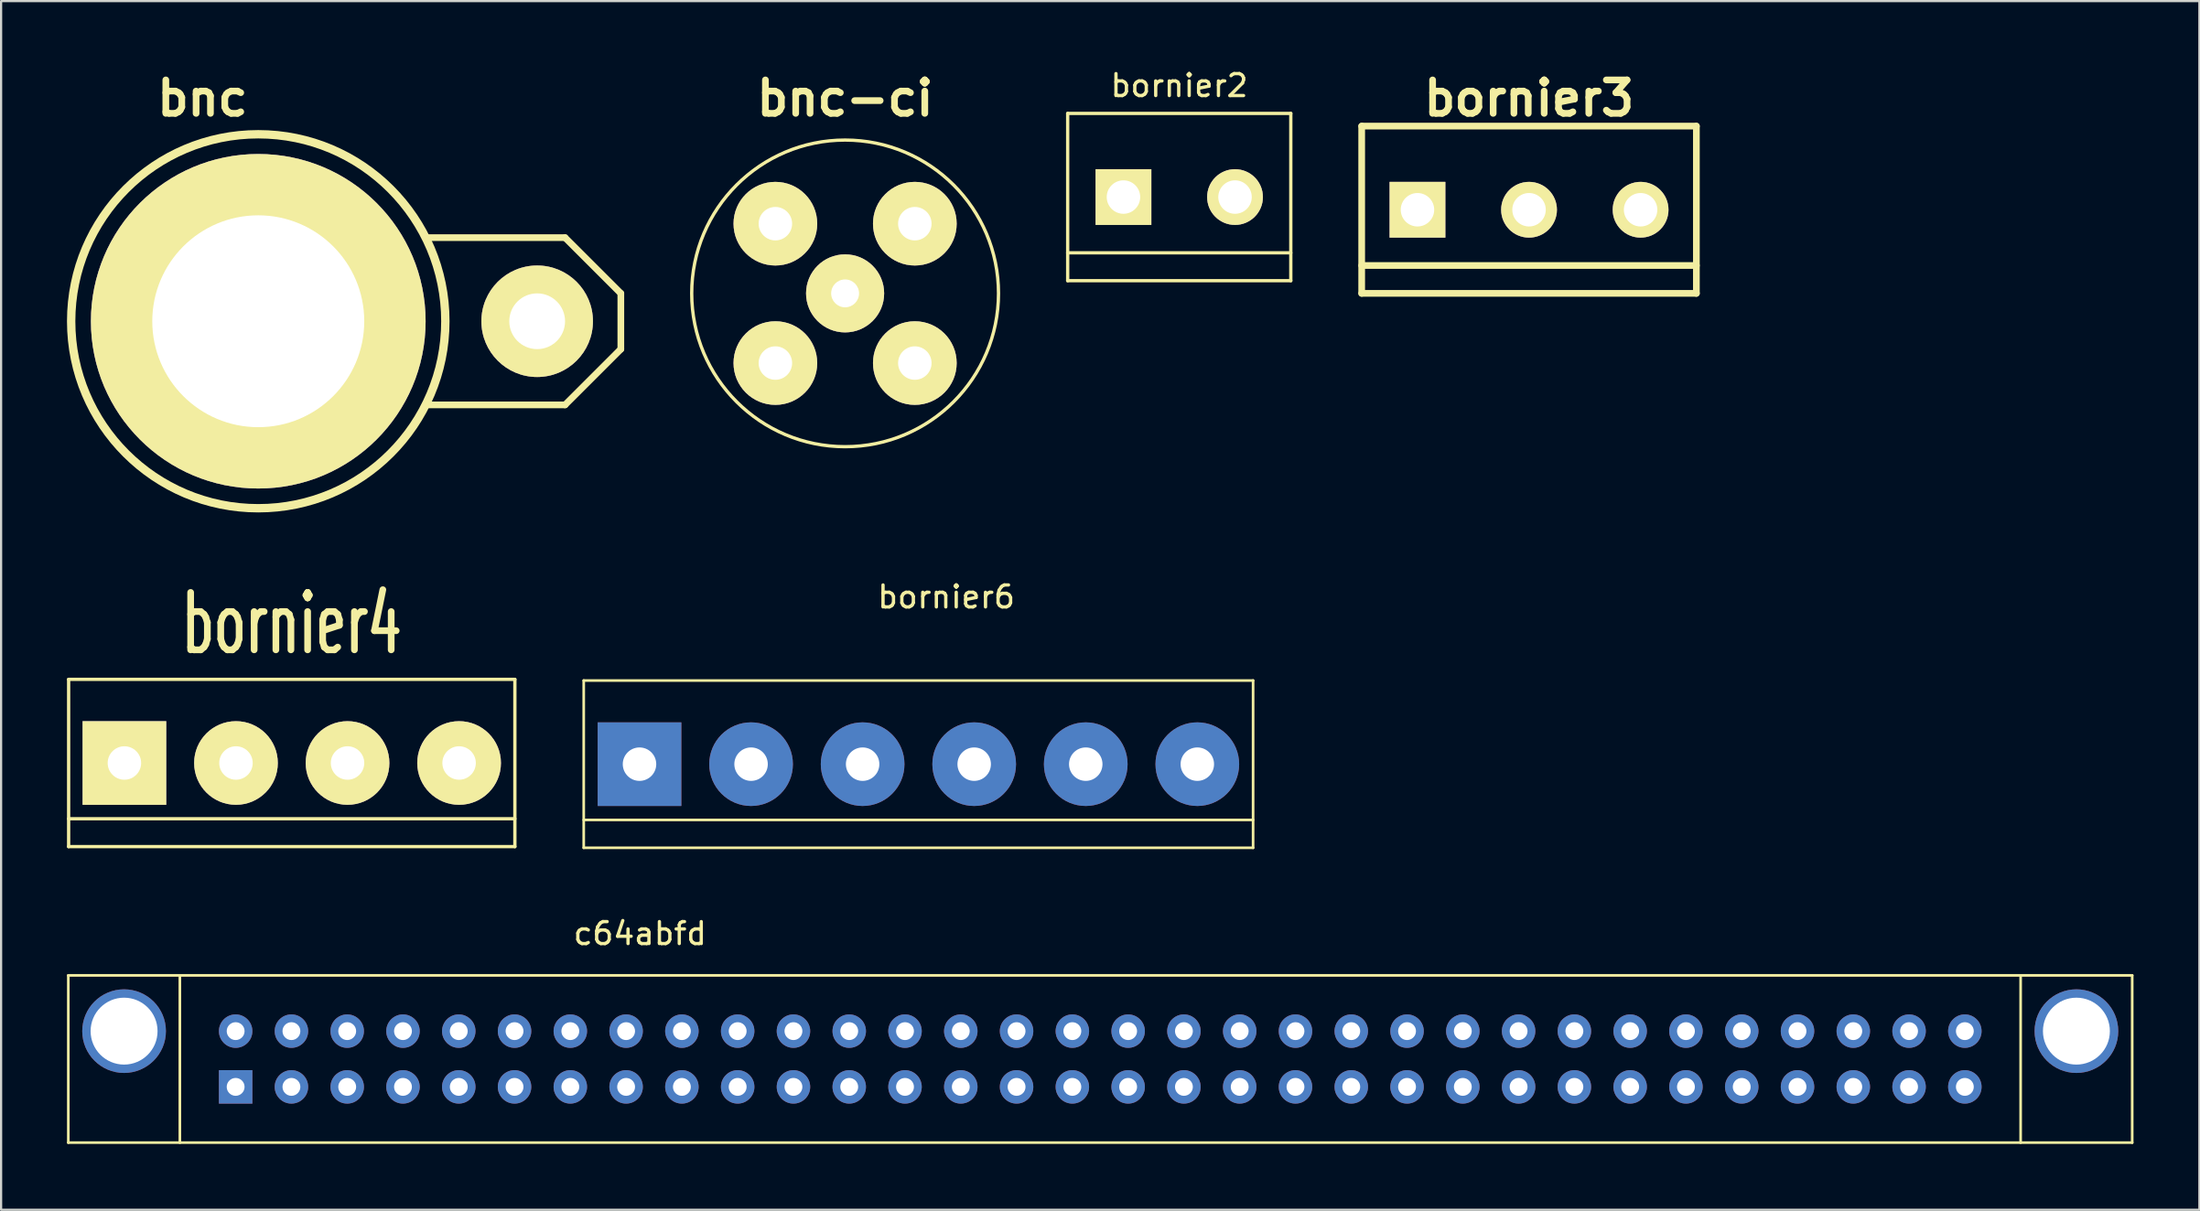
<source format=kicad_pcb>
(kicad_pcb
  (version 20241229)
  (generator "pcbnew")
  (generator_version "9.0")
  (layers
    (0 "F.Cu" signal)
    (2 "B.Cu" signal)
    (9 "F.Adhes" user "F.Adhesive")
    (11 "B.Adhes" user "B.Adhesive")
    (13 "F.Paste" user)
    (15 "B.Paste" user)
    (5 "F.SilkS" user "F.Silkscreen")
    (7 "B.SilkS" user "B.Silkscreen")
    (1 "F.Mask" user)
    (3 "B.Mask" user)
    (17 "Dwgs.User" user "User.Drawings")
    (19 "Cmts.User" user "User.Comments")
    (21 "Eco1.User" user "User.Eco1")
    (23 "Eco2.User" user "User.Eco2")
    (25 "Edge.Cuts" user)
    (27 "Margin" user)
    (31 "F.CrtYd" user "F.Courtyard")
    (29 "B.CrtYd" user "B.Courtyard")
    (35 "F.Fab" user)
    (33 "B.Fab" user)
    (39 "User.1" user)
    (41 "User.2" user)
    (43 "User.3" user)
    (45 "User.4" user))
  (footprint "bornier2"
    (layer "F.Cu")
    (at 50.647 5.928)
    (property "Reference" "bornier2" (at 0 -5.08 0) (layer "F.SilkS") (effects (font (size 1 1) (thickness 0.15))))
    (attr through_hole)
    (fp_line (start -5.08 -3.81) (end -5.08 3.81) (stroke (width 0.15) (type solid)) (layer "F.SilkS"))
    (fp_line (start -5.08 3.81) (end 5.08 3.81) (stroke (width 0.15) (type solid)) (layer "F.SilkS"))
    (fp_line (start 5.08 -3.81) (end -5.08 -3.81) (stroke (width 0.15) (type solid)) (layer "F.SilkS"))
    (fp_line (start 5.08 2.54) (end -5.08 2.54) (stroke (width 0.15) (type solid)) (layer "F.SilkS"))
    (fp_line (start 5.08 3.81) (end 5.08 -3.81) (stroke (width 0.15) (type solid)) (layer "F.SilkS"))
    (pad "1" thru_hole rect (at -2.54 0) (size 2.54 2.54) (drill 1.524) (layers "*.Cu" "*.Mask" "F.SilkS"))
    (pad "2" thru_hole circle (at 2.54 0) (size 2.54 2.54) (drill 1.524) (layers "*.Cu" "*.Mask" "F.SilkS")))
  (footprint "bornier6"
    (layer "F.Cu")
    (at 38.77 31.765)
    (property "Reference" "bornier6" (at 1.27 -7.62 0) (layer "F.SilkS") (effects (font (size 1 1) (thickness 0.15))))
    (attr through_hole)
    (fp_line (start -15.24 -3.81) (end -15.24 3.81) (stroke (width 0.12) (type solid)) (layer "F.SilkS"))
    (fp_line (start -15.24 -3.81) (end 15.24 -3.81) (stroke (width 0.12) (type solid)) (layer "F.SilkS"))
    (fp_line (start -15.24 2.54) (end 15.24 2.54) (stroke (width 0.12) (type solid)) (layer "F.SilkS"))
    (fp_line (start -15.24 3.81) (end 15.24 3.81) (stroke (width 0.12) (type solid)) (layer "F.SilkS"))
    (fp_line (start 15.24 3.81) (end 15.24 -3.81) (stroke (width 0.12) (type solid)) (layer "F.SilkS"))
    (pad "1" thru_hole rect (at -12.7 0) (size 3.81 3.81) (drill 1.524) (layers "*.Cu" "*.Mask"))
    (pad "2" thru_hole circle (at -7.62 0) (size 3.81 3.81) (drill 1.524) (layers "*.Cu" "*.Mask"))
    (pad "3" thru_hole circle (at -2.54 0) (size 3.81 3.81) (drill 1.524) (layers "*.Cu" "*.Mask"))
    (pad "4" thru_hole circle (at 2.54 0) (size 3.81 3.81) (drill 1.524) (layers "*.Cu" "*.Mask"))
    (pad "5" thru_hole circle (at 7.62 0) (size 3.81 3.81) (drill 1.524) (layers "*.Cu" "*.Mask"))
    (pad "6" thru_hole circle (at 12.7 0) (size 3.81 3.81) (drill 1.524) (layers "*.Cu" "*.Mask")))
  (footprint "bnc-ci"
    (layer "F.Cu")
    (at 35.432 10.316)
    (property "Reference" "bnc-ci" (at 0 -8.89 0) (layer "F.SilkS") (effects (font (size 1.524 1.524) (thickness 0.305))))
    (attr through_hole)
    (fp_circle (center 0 0) (end -6.985 0) (stroke (width 0.15) (type solid)) (fill no) (layer "F.SilkS"))
    (pad "1" thru_hole circle (at 0 0) (size 3.556 3.556) (drill 1.27) (layers "*.Cu" "*.Mask" "F.SilkS"))
    (pad "2" thru_hole circle (at -3.175 -3.175) (size 3.81 3.81) (drill 1.524) (layers "*.Cu" "*.Mask" "F.SilkS"))
    (pad "2" thru_hole circle (at -3.175 3.175) (size 3.81 3.81) (drill 1.524) (layers "*.Cu" "*.Mask" "F.SilkS"))
    (pad "2" thru_hole circle (at 3.175 -3.175) (size 3.81 3.81) (drill 1.524) (layers "*.Cu" "*.Mask" "F.SilkS"))
    (pad "2" thru_hole circle (at 3.175 3.175) (size 3.81 3.81) (drill 1.524) (layers "*.Cu" "*.Mask" "F.SilkS")))
  (footprint "c64abfd"
    (layer "F.Cu")
    (at 47.05 45.198)
    (property "Reference" "c64abfd" (at -20.955 -5.715 0) (layer "F.SilkS") (effects (font (size 1 1) (thickness 0.15))))
    (attr through_hole)
    (fp_line (start -46.99 -3.81) (end 46.99 -3.81) (stroke (width 0.12) (type solid)) (layer "F.SilkS"))
    (fp_line (start -46.99 3.81) (end -46.99 -3.81) (stroke (width 0.12) (type solid)) (layer "F.SilkS"))
    (fp_line (start -41.91 3.81) (end -41.91 -3.81) (stroke (width 0.12) (type solid)) (layer "F.SilkS"))
    (fp_line (start 41.91 3.81) (end 41.91 -3.81) (stroke (width 0.12) (type solid)) (layer "F.SilkS"))
    (fp_line (start 46.99 -3.81) (end 46.99 3.81) (stroke (width 0.12) (type solid)) (layer "F.SilkS"))
    (fp_line (start 46.99 3.81) (end -46.99 3.81) (stroke (width 0.12) (type solid)) (layer "F.SilkS"))
    (pad "65" thru_hole circle (at -44.45 -1.27) (size 3.81 3.81) (drill 3.048) (layers "*.Cu" "*.Mask"))
    (pad "66" thru_hole circle (at 44.45 -1.27) (size 3.81 3.81) (drill 3.048) (layers "*.Cu" "*.Mask"))
    (pad "A1" thru_hole rect (at -39.37 1.27) (size 1.524 1.524) (drill 0.813) (layers "*.Cu" "*.Mask"))
    (pad "A2" thru_hole circle (at -36.83 1.27) (size 1.524 1.524) (drill 0.813) (layers "*.Cu" "*.Mask"))
    (pad "A3" thru_hole circle (at -34.29 1.27) (size 1.524 1.524) (drill 0.813) (layers "*.Cu" "*.Mask"))
    (pad "A4" thru_hole circle (at -31.75 1.27) (size 1.524 1.524) (drill 0.813) (layers "*.Cu" "*.Mask"))
    (pad "A5" thru_hole circle (at -29.21 1.27) (size 1.524 1.524) (drill 0.813) (layers "*.Cu" "*.Mask"))
    (pad "A6" thru_hole circle (at -26.67 1.27) (size 1.524 1.524) (drill 0.813) (layers "*.Cu" "*.Mask"))
    (pad "A7" thru_hole circle (at -24.13 1.27) (size 1.524 1.524) (drill 0.813) (layers "*.Cu" "*.Mask"))
    (pad "A8" thru_hole circle (at -21.59 1.27) (size 1.524 1.524) (drill 0.813) (layers "*.Cu" "*.Mask"))
    (pad "A9" thru_hole circle (at -19.05 1.27) (size 1.524 1.524) (drill 0.813) (layers "*.Cu" "*.Mask"))
    (pad "A10" thru_hole circle (at -16.51 1.27) (size 1.524 1.524) (drill 0.813) (layers "*.Cu" "*.Mask"))
    (pad "A11" thru_hole circle (at -13.97 1.27) (size 1.524 1.524) (drill 0.813) (layers "*.Cu" "*.Mask"))
    (pad "A12" thru_hole circle (at -11.43 1.27) (size 1.524 1.524) (drill 0.813) (layers "*.Cu" "*.Mask"))
    (pad "A13" thru_hole circle (at -8.89 1.27) (size 1.524 1.524) (drill 0.813) (layers "*.Cu" "*.Mask"))
    (pad "A14" thru_hole circle (at -6.35 1.27) (size 1.524 1.524) (drill 0.813) (layers "*.Cu" "*.Mask"))
    (pad "A15" thru_hole circle (at -3.81 1.27) (size 1.524 1.524) (drill 0.813) (layers "*.Cu" "*.Mask"))
    (pad "A16" thru_hole circle (at -1.27 1.27) (size 1.524 1.524) (drill 0.813) (layers "*.Cu" "*.Mask"))
    (pad "A17" thru_hole circle (at 1.27 1.27) (size 1.524 1.524) (drill 0.813) (layers "*.Cu" "*.Mask"))
    (pad "A18" thru_hole circle (at 3.81 1.27) (size 1.524 1.524) (drill 0.813) (layers "*.Cu" "*.Mask"))
    (pad "A19" thru_hole circle (at 6.35 1.27) (size 1.524 1.524) (drill 0.813) (layers "*.Cu" "*.Mask"))
    (pad "A20" thru_hole circle (at 8.89 1.27) (size 1.524 1.524) (drill 0.813) (layers "*.Cu" "*.Mask"))
    (pad "A21" thru_hole circle (at 11.43 1.27) (size 1.524 1.524) (drill 0.813) (layers "*.Cu" "*.Mask"))
    (pad "A22" thru_hole circle (at 13.97 1.27) (size 1.524 1.524) (drill 0.813) (layers "*.Cu" "*.Mask"))
    (pad "A23" thru_hole circle (at 16.51 1.27) (size 1.524 1.524) (drill 0.813) (layers "*.Cu" "*.Mask"))
    (pad "A24" thru_hole circle (at 19.05 1.27) (size 1.524 1.524) (drill 0.813) (layers "*.Cu" "*.Mask"))
    (pad "A25" thru_hole circle (at 21.59 1.27) (size 1.524 1.524) (drill 0.813) (layers "*.Cu" "*.Mask"))
    (pad "A26" thru_hole circle (at 24.13 1.27) (size 1.524 1.524) (drill 0.813) (layers "*.Cu" "*.Mask"))
    (pad "A27" thru_hole circle (at 26.67 1.27) (size 1.524 1.524) (drill 0.813) (layers "*.Cu" "*.Mask"))
    (pad "A28" thru_hole circle (at 29.21 1.27) (size 1.524 1.524) (drill 0.813) (layers "*.Cu" "*.Mask"))
    (pad "A29" thru_hole circle (at 31.75 1.27) (size 1.524 1.524) (drill 0.813) (layers "*.Cu" "*.Mask"))
    (pad "A30" thru_hole circle (at 34.29 1.27) (size 1.524 1.524) (drill 0.813) (layers "*.Cu" "*.Mask"))
    (pad "A31" thru_hole circle (at 36.83 1.27) (size 1.524 1.524) (drill 0.813) (layers "*.Cu" "*.Mask"))
    (pad "A32" thru_hole circle (at 39.37 1.27) (size 1.524 1.524) (drill 0.813) (layers "*.Cu" "*.Mask"))
    (pad "B1" thru_hole circle (at -39.37 -1.27) (size 1.524 1.524) (drill 0.813) (layers "*.Cu" "*.Mask"))
    (pad "B2" thru_hole circle (at -36.83 -1.27) (size 1.524 1.524) (drill 0.813) (layers "*.Cu" "*.Mask"))
    (pad "B3" thru_hole circle (at -34.29 -1.27) (size 1.524 1.524) (drill 0.813) (layers "*.Cu" "*.Mask"))
    (pad "B4" thru_hole circle (at -31.75 -1.27) (size 1.524 1.524) (drill 0.813) (layers "*.Cu" "*.Mask"))
    (pad "B5" thru_hole circle (at -29.21 -1.27) (size 1.524 1.524) (drill 0.813) (layers "*.Cu" "*.Mask"))
    (pad "B6" thru_hole circle (at -26.67 -1.27) (size 1.524 1.524) (drill 0.813) (layers "*.Cu" "*.Mask"))
    (pad "B7" thru_hole circle (at -24.13 -1.27) (size 1.524 1.524) (drill 0.813) (layers "*.Cu" "*.Mask"))
    (pad "B8" thru_hole circle (at -21.59 -1.27) (size 1.524 1.524) (drill 0.813) (layers "*.Cu" "*.Mask"))
    (pad "B9" thru_hole circle (at -19.05 -1.27) (size 1.524 1.524) (drill 0.813) (layers "*.Cu" "*.Mask"))
    (pad "B10" thru_hole circle (at -16.51 -1.27) (size 1.524 1.524) (drill 0.813) (layers "*.Cu" "*.Mask"))
    (pad "B11" thru_hole circle (at -13.97 -1.27) (size 1.524 1.524) (drill 0.813) (layers "*.Cu" "*.Mask"))
    (pad "B12" thru_hole circle (at -11.43 -1.27) (size 1.524 1.524) (drill 0.813) (layers "*.Cu" "*.Mask"))
    (pad "B13" thru_hole circle (at -8.89 -1.27) (size 1.524 1.524) (drill 0.813) (layers "*.Cu" "*.Mask"))
    (pad "B14" thru_hole circle (at -6.35 -1.27) (size 1.524 1.524) (drill 0.813) (layers "*.Cu" "*.Mask"))
    (pad "B15" thru_hole circle (at -3.81 -1.27) (size 1.524 1.524) (drill 0.813) (layers "*.Cu" "*.Mask"))
    (pad "B16" thru_hole circle (at -1.27 -1.27) (size 1.524 1.524) (drill 0.813) (layers "*.Cu" "*.Mask"))
    (pad "B17" thru_hole circle (at 1.27 -1.27) (size 1.524 1.524) (drill 0.813) (layers "*.Cu" "*.Mask"))
    (pad "B18" thru_hole circle (at 3.81 -1.27) (size 1.524 1.524) (drill 0.813) (layers "*.Cu" "*.Mask"))
    (pad "B19" thru_hole circle (at 6.35 -1.27) (size 1.524 1.524) (drill 0.813) (layers "*.Cu" "*.Mask"))
    (pad "B20" thru_hole circle (at 8.89 -1.27) (size 1.524 1.524) (drill 0.813) (layers "*.Cu" "*.Mask"))
    (pad "B21" thru_hole circle (at 11.43 -1.27) (size 1.524 1.524) (drill 0.813) (layers "*.Cu" "*.Mask"))
    (pad "B22" thru_hole circle (at 13.97 -1.27) (size 1.524 1.524) (drill 0.813) (layers "*.Cu" "*.Mask"))
    (pad "B23" thru_hole circle (at 16.51 -1.27) (size 1.524 1.524) (drill 0.813) (layers "*.Cu" "*.Mask"))
    (pad "B24" thru_hole circle (at 19.05 -1.27) (size 1.524 1.524) (drill 0.813) (layers "*.Cu" "*.Mask"))
    (pad "B25" thru_hole circle (at 21.59 -1.27) (size 1.524 1.524) (drill 0.813) (layers "*.Cu" "*.Mask"))
    (pad "B26" thru_hole circle (at 24.13 -1.27) (size 1.524 1.524) (drill 0.813) (layers "*.Cu" "*.Mask"))
    (pad "B27" thru_hole circle (at 26.67 -1.27) (size 1.524 1.524) (drill 0.813) (layers "*.Cu" "*.Mask"))
    (pad "B28" thru_hole circle (at 29.21 -1.27) (size 1.524 1.524) (drill 0.813) (layers "*.Cu" "*.Mask"))
    (pad "B29" thru_hole circle (at 31.75 -1.27) (size 1.524 1.524) (drill 0.813) (layers "*.Cu" "*.Mask"))
    (pad "B30" thru_hole circle (at 34.29 -1.27) (size 1.524 1.524) (drill 0.813) (layers "*.Cu" "*.Mask"))
    (pad "B31" thru_hole circle (at 36.83 -1.27) (size 1.524 1.524) (drill 0.813) (layers "*.Cu" "*.Mask"))
    (pad "B32" thru_hole circle (at 39.37 -1.27) (size 1.524 1.524) (drill 0.813) (layers "*.Cu" "*.Mask")))
  (footprint "bornier4"
    (layer "F.Cu")
    (at 10.235 31.712)
    (property "Reference" "bornier4" (at 0 -6.35 0) (layer "F.SilkS") (effects (font (size 2.616 1.598) (thickness 0.305))))
    (attr through_hole)
    (fp_line (start -10.16 -3.81) (end -10.16 3.81) (stroke (width 0.15) (type solid)) (layer "F.SilkS"))
    (fp_line (start -10.16 -3.81) (end 10.16 -3.81) (stroke (width 0.15) (type solid)) (layer "F.SilkS"))
    (fp_line (start -10.16 3.81) (end 10.16 3.81) (stroke (width 0.15) (type solid)) (layer "F.SilkS"))
    (fp_line (start 10.16 2.54) (end -10.16 2.54) (stroke (width 0.15) (type solid)) (layer "F.SilkS"))
    (fp_line (start 10.16 3.81) (end 10.16 -3.81) (stroke (width 0.15) (type solid)) (layer "F.SilkS"))
    (pad "1" thru_hole rect (at -7.62 0) (size 3.81 3.81) (drill 1.524) (layers "*.Cu" "*.Mask" "F.SilkS"))
    (pad "2" thru_hole circle (at -2.54 0) (size 3.81 3.81) (drill 1.524) (layers "*.Cu" "*.Mask" "F.SilkS"))
    (pad "3" thru_hole circle (at 2.54 0) (size 3.81 3.81) (drill 1.524) (layers "*.Cu" "*.Mask" "F.SilkS"))
    (pad "4" thru_hole circle (at 7.62 0) (size 3.81 3.81) (drill 1.524) (layers "*.Cu" "*.Mask" "F.SilkS")))
  (footprint "bnc"
    (layer "F.Cu")
    (at 8.71 11.586)
    (property "Reference" "bnc" (at -2.54 -10.16 0) (layer "F.SilkS") (effects (font (size 1.524 1.524) (thickness 0.305))))
    (attr through_hole)
    (fp_line (start 7.62 3.81) (end 13.97 3.81) (stroke (width 0.305) (type solid)) (layer "F.SilkS"))
    (fp_line (start 13.97 -3.81) (end 7.62 -3.81) (stroke (width 0.305) (type solid)) (layer "F.SilkS"))
    (fp_line (start 13.97 3.81) (end 16.51 1.27) (stroke (width 0.305) (type solid)) (layer "F.SilkS"))
    (fp_line (start 16.51 -1.27) (end 13.97 -3.81) (stroke (width 0.305) (type solid)) (layer "F.SilkS"))
    (fp_line (start 16.51 1.27) (end 16.51 -1.27) (stroke (width 0.305) (type solid)) (layer "F.SilkS"))
    (fp_circle (center 0 0) (end 7.62 3.81) (stroke (width 0.381) (type solid)) (fill no) (layer "F.SilkS"))
    (pad "1" thru_hole circle (at 12.7 0) (size 5.08 5.08) (drill 2.54) (layers "*.Cu" "*.Mask" "F.SilkS"))
    (pad "2" thru_hole circle (at 0 0) (size 15.24 15.24) (drill 9.652) (layers "*.Cu" "*.Mask" "F.SilkS")))
  (footprint "bornier3"
    (layer "F.Cu")
    (at 66.575 6.506)
    (property "Reference" "bornier3" (at 0 -5.08 0) (layer "F.SilkS") (effects (font (size 1.524 1.524) (thickness 0.305))))
    (attr through_hole)
    (fp_line (start -7.62 -3.81) (end 7.62 -3.81) (stroke (width 0.305) (type solid)) (layer "F.SilkS"))
    (fp_line (start -7.62 2.54) (end 7.62 2.54) (stroke (width 0.305) (type solid)) (layer "F.SilkS"))
    (fp_line (start -7.62 3.81) (end -7.62 -3.81) (stroke (width 0.305) (type solid)) (layer "F.SilkS"))
    (fp_line (start -7.62 3.81) (end 7.62 3.81) (stroke (width 0.305) (type solid)) (layer "F.SilkS"))
    (fp_line (start 7.62 3.81) (end 7.62 -3.81) (stroke (width 0.305) (type solid)) (layer "F.SilkS"))
    (pad "1" thru_hole rect (at -5.08 0) (size 2.54 2.54) (drill 1.524) (layers "*.Cu" "*.Mask" "F.SilkS"))
    (pad "2" thru_hole circle (at 0 0) (size 2.54 2.54) (drill 1.524) (layers "*.Cu" "*.Mask" "F.SilkS"))
    (pad "3" thru_hole circle (at 5.08 0) (size 2.54 2.54) (drill 1.524) (layers "*.Cu" "*.Mask" "F.SilkS")))
  (gr_rect
    (start -3 -3)
    (end 97.1 52.068)
    (stroke (width 0.1) (type default))
    (fill no)
    (layer "Edge.Cuts")))
</source>
